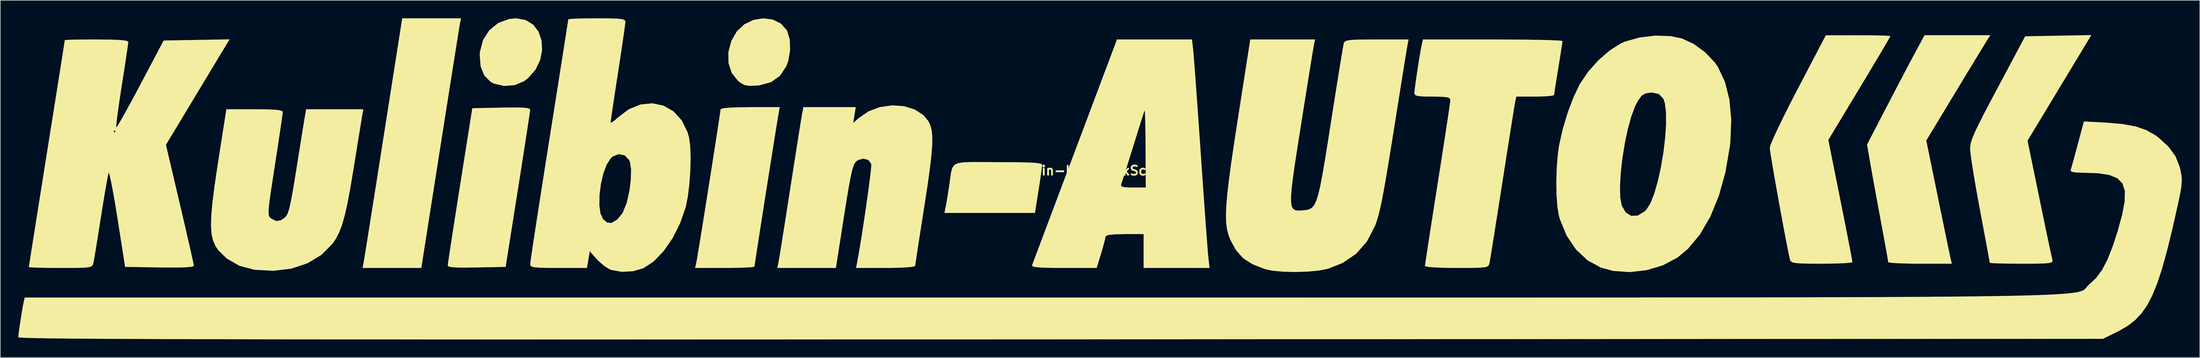
<source format=kicad_pcb>
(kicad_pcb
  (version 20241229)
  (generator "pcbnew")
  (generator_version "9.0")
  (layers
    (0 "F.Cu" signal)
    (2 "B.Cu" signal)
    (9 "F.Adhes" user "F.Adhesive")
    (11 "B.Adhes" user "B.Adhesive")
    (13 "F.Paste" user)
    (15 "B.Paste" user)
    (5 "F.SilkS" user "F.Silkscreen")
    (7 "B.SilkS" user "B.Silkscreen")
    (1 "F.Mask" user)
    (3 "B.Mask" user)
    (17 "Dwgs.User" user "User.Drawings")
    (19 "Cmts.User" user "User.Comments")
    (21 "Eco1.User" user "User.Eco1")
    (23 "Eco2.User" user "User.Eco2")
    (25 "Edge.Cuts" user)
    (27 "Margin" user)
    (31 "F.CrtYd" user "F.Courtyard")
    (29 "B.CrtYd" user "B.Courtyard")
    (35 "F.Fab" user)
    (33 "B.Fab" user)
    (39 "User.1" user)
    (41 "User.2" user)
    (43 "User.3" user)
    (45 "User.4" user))
  (footprint "Kulibin-Logo_SilkScreen_2"
    (layer "F.Cu")
    (at 180.272 25.405)
    (property "Reference" "Kulibin-Logo_SilkScreen_2" (at 0 0 0) (layer "F.SilkS") (effects (font (size 1.524 1.524) (thickness 0.3))))
    (attr through_hole)
    (fp_poly (pts (xy -95.641 -25.111) (xy -94.384 -24.322) (xy -93.501 -23.146) (xy -93.007 -21.697) (xy -92.917 -20.091) (xy -93.244 -18.441) (xy -94.004 -16.861) (xy -95.211 -15.467) (xy -95.928 -14.913) (xy -97.463 -14.265) (xy -99.211 -14.124) (xy -100.886 -14.495) (xy -101.475 -14.791) (xy -102.54 -15.841) (xy -103.164 -17.377) (xy -103.315 -19.313) (xy -103.281 -19.786) (xy -102.772 -21.763) (xy -101.721 -23.404) (xy -100.234 -24.613) (xy -98.414 -25.289) (xy -97.258 -25.4) (xy -95.641 -25.111)) (stroke (width 0.01) (type solid)) (fill yes) (layer "F.SilkS"))
    (fp_poly (pts (xy -106.633 -24.43) (xy -106.721 -23.909) (xy -106.907 -22.757) (xy -107.182 -21.039) (xy -107.535 -18.823) (xy -107.956 -16.173) (xy -108.433 -13.156) (xy -108.958 -9.837) (xy -109.518 -6.283) (xy -109.938 -3.616) (xy -113.06 16.228) (xy -122.849 16.228) (xy -122.663 15.258) (xy -122.575 14.737) (xy -122.388 13.584) (xy -122.112 11.867) (xy -121.759 9.65) (xy -121.339 7) (xy -120.861 3.983) (xy -120.337 0.664) (xy -119.777 -2.89) (xy -119.358 -5.556) (xy -116.24 -25.399) (xy -106.451 -25.4) (xy -106.633 -24.43)) (stroke (width 0.01) (type solid)) (fill yes) (layer "F.SilkS"))
    (fp_poly (pts (xy -54.473 -25.197) (xy -53.11 -24.54) (xy -52.108 -23.42) (xy -52.041 -23.295) (xy -51.618 -21.874) (xy -51.553 -20.138) (xy -51.839 -18.377) (xy -52.178 -17.428) (xy -53.243 -15.817) (xy -54.738 -14.755) (xy -56.688 -14.224) (xy -57.144 -14.18) (xy -58.365 -14.139) (xy -59.182 -14.285) (xy -59.891 -14.695) (xy -60.247 -14.982) (xy -61.288 -16.29) (xy -61.822 -17.937) (xy -61.847 -19.764) (xy -61.359 -21.614) (xy -60.435 -23.225) (xy -59.179 -24.405) (xy -57.663 -25.128) (xy -56.042 -25.393) (xy -54.473 -25.197)) (stroke (width 0.01) (type solid)) (fill yes) (layer "F.SilkS"))
    (fp_poly (pts (xy -19.464 -1.424) (xy -16.997 -1.411) (xy -16.927 -1.411) (xy -14.332 -1.401) (xy -12.374 -1.369) (xy -10.983 -1.311) (xy -10.091 -1.222) (xy -9.628 -1.098) (xy -9.521 -0.97) (xy -9.573 -0.457) (xy -9.714 0.588) (xy -9.923 2.002) (xy -10.119 3.263) (xy -10.72 7.056) (xy -25.809 7.056) (xy -25.613 6.085) (xy -25.459 5.241) (xy -25.249 3.98) (xy -25.038 2.646) (xy -24.853 1.299) (xy -24.707 0.285) (xy -24.508 -0.444) (xy -24.162 -0.933) (xy -23.578 -1.23) (xy -22.662 -1.379) (xy -21.321 -1.429) (xy -19.464 -1.424)) (stroke (width 0.01) (type solid)) (fill yes) (layer "F.SilkS"))
    (fp_poly (pts (xy -96.298 -10.51) (xy -95.423 -10.434) (xy -94.992 -10.298) (xy -94.907 -10.152) (xy -94.962 -9.712) (xy -95.117 -8.654) (xy -95.358 -7.061) (xy -95.673 -5.012) (xy -96.049 -2.588) (xy -96.475 0.131) (xy -96.938 3.065) (xy -96.956 3.175) (xy -98.996 16.051) (xy -103.826 16.15) (xy -105.848 16.176) (xy -107.253 16.154) (xy -108.128 16.079) (xy -108.56 15.943) (xy -108.645 15.797) (xy -108.589 15.356) (xy -108.434 14.299) (xy -108.193 12.706) (xy -107.877 10.657) (xy -107.5 8.232) (xy -107.074 5.513) (xy -106.611 2.579) (xy -106.594 2.469) (xy -104.553 -10.407) (xy -99.725 -10.505) (xy -97.703 -10.531) (xy -96.298 -10.51)) (stroke (width 0.01) (type solid)) (fill yes) (layer "F.SilkS"))
    (fp_poly (pts (xy -53.464 -9.613) (xy -53.572 -8.973) (xy -53.768 -7.769) (xy -54.037 -6.098) (xy -54.363 -4.054) (xy -54.732 -1.732) (xy -55.129 0.772) (xy -55.538 3.364) (xy -55.945 5.948) (xy -56.335 8.43) (xy -56.692 10.715) (xy -57.002 12.706) (xy -57.25 14.31) (xy -57.421 15.431) (xy -57.499 15.975) (xy -57.503 16.009) (xy -57.835 16.088) (xy -58.746 16.154) (xy -60.11 16.202) (xy -61.802 16.226) (xy -62.448 16.228) (xy -67.394 16.228) (xy -67.209 15.434) (xy -67.109 14.898) (xy -66.92 13.777) (xy -66.655 12.168) (xy -66.33 10.168) (xy -65.961 7.872) (xy -65.562 5.377) (xy -65.15 2.78) (xy -64.738 0.177) (xy -64.344 -2.336) (xy -63.981 -4.662) (xy -63.665 -6.705) (xy -63.411 -8.368) (xy -63.235 -9.556) (xy -63.152 -10.171) (xy -63.147 -10.228) (xy -62.805 -10.378) (xy -61.819 -10.49) (xy -60.251 -10.56) (xy -58.217 -10.583) (xy -53.287 -10.583) (xy -53.464 -9.613)) (stroke (width 0.01) (type solid)) (fill yes) (layer "F.SilkS"))
    (fp_poly (pts (xy 148.096 -21.784) (xy 147.782 -21.275) (xy 147.157 -20.252) (xy 146.275 -18.804) (xy 145.192 -17.02) (xy 143.96 -14.99) (xy 142.759 -13.007) (xy 137.927 -5.024) (xy 139.869 4.455) (xy 140.388 6.985) (xy 140.869 9.318) (xy 141.29 11.357) (xy 141.632 13.003) (xy 141.874 14.158) (xy 141.996 14.722) (xy 141.997 14.728) (xy 142.183 15.522) (xy 136.884 15.522) (xy 135.042 15.506) (xy 133.477 15.46) (xy 132.313 15.391) (xy 131.672 15.305) (xy 131.585 15.258) (xy 131.523 14.843) (xy 131.35 13.847) (xy 131.087 12.384) (xy 130.754 10.566) (xy 130.372 8.506) (xy 130.365 8.467) (xy 129.932 6.137) (xy 129.501 3.794) (xy 129.106 1.625) (xy 128.78 -0.182) (xy 128.6 -1.202) (xy 128.055 -4.345) (xy 131.278 -10.551) (xy 132.399 -12.702) (xy 133.53 -14.863) (xy 134.586 -16.87) (xy 135.481 -18.56) (xy 136.074 -19.667) (xy 137.647 -22.578) (xy 148.601 -22.578) (xy 148.096 -21.784)) (stroke (width 0.01) (type solid)) (fill yes) (layer "F.SilkS"))
    (fp_poly (pts (xy 154.816 -4.991) (xy 156.799 4.648) (xy 157.323 7.188) (xy 157.809 9.521) (xy 158.235 11.553) (xy 158.583 13.188) (xy 158.831 14.331) (xy 158.961 14.887) (xy 158.966 14.905) (xy 158.987 15.142) (xy 158.818 15.31) (xy 158.36 15.419) (xy 157.514 15.483) (xy 156.179 15.514) (xy 154.256 15.522) (xy 153.835 15.522) (xy 151.989 15.513) (xy 150.421 15.487) (xy 149.254 15.447) (xy 148.609 15.398) (xy 148.519 15.371) (xy 148.457 14.997) (xy 148.281 14.025) (xy 148.009 12.551) (xy 147.659 10.67) (xy 147.249 8.478) (xy 146.903 6.64) (xy 146.449 4.173) (xy 146.041 1.851) (xy 145.698 -0.209) (xy 145.439 -1.89) (xy 145.283 -3.074) (xy 145.246 -3.528) (xy 145.267 -4.066) (xy 145.381 -4.669) (xy 145.624 -5.417) (xy 146.031 -6.392) (xy 146.64 -7.673) (xy 147.486 -9.341) (xy 148.605 -11.477) (xy 149.817 -13.758) (xy 154.429 -22.401) (xy 159.94 -22.499) (xy 165.45 -22.596) (xy 154.816 -4.991)) (stroke (width 0.01) (type solid)) (fill yes) (layer "F.SilkS"))
    (fp_poly (pts (xy 128.417 -22.565) (xy 129.997 -22.54) (xy 131.178 -22.502) (xy 131.84 -22.453) (xy 131.939 -22.424) (xy 131.764 -22.094) (xy 131.269 -21.239) (xy 130.501 -19.935) (xy 129.506 -18.26) (xy 128.328 -16.292) (xy 127.016 -14.108) (xy 126.765 -13.693) (xy 121.592 -5.115) (xy 123.608 4.939) (xy 124.122 7.512) (xy 124.586 9.859) (xy 124.983 11.892) (xy 125.297 13.523) (xy 125.51 14.662) (xy 125.604 15.22) (xy 125.607 15.258) (xy 125.268 15.351) (xy 124.349 15.431) (xy 122.974 15.489) (xy 121.268 15.519) (xy 120.497 15.522) (xy 118.488 15.514) (xy 117.075 15.482) (xy 116.15 15.412) (xy 115.603 15.292) (xy 115.325 15.109) (xy 115.222 14.905) (xy 115.067 14.248) (xy 114.819 13.037) (xy 114.497 11.387) (xy 114.125 9.416) (xy 113.722 7.242) (xy 113.31 4.98) (xy 112.911 2.749) (xy 112.544 0.666) (xy 112.233 -1.154) (xy 111.997 -2.592) (xy 111.859 -3.532) (xy 111.831 -3.823) (xy 111.99 -4.36) (xy 112.441 -5.43) (xy 113.141 -6.945) (xy 114.047 -8.817) (xy 115.119 -10.957) (xy 116.313 -13.276) (xy 116.505 -13.644) (xy 121.179 -22.567) (xy 126.559 -22.572) (xy 128.417 -22.565)) (stroke (width 0.01) (type solid)) (fill yes) (layer "F.SilkS"))
    (fp_poly (pts (xy -138.845 -10.213) (xy -137.445 -10.154) (xy -136.593 -10.048) (xy -136.21 -9.886) (xy -136.169 -9.79) (xy -136.22 -9.33) (xy -136.366 -8.275) (xy -136.592 -6.726) (xy -136.883 -4.785) (xy -137.223 -2.554) (xy -137.474 -0.929) (xy -137.882 1.708) (xy -138.186 3.734) (xy -138.392 5.236) (xy -138.507 6.302) (xy -138.537 7.017) (xy -138.489 7.469) (xy -138.367 7.745) (xy -138.18 7.93) (xy -138.115 7.979) (xy -137.257 8.416) (xy -136.471 8.279) (xy -135.838 7.847) (xy -135.568 7.557) (xy -135.327 7.097) (xy -135.092 6.375) (xy -134.842 5.302) (xy -134.554 3.785) (xy -134.207 1.734) (xy -133.872 -0.355) (xy -133.506 -2.658) (xy -133.166 -4.788) (xy -132.87 -6.624) (xy -132.639 -8.045) (xy -132.492 -8.931) (xy -132.466 -9.084) (xy -132.26 -10.231) (xy -122.735 -10.231) (xy -122.933 -9.084) (xy -123.047 -8.404) (xy -123.253 -7.146) (xy -123.532 -5.432) (xy -123.865 -3.381) (xy -124.231 -1.112) (xy -124.373 -0.237) (xy -124.895 2.884) (xy -125.365 5.399) (xy -125.811 7.403) (xy -126.259 8.991) (xy -126.737 10.258) (xy -127.27 11.298) (xy -127.886 12.208) (xy -127.892 12.216) (xy -129.739 14.069) (xy -132.054 15.455) (xy -134.751 16.344) (xy -137.748 16.708) (xy -140.879 16.532) (xy -143.403 15.868) (xy -145.522 14.648) (xy -146.89 13.297) (xy -147.414 12.528) (xy -147.795 11.647) (xy -148.034 10.576) (xy -148.132 9.236) (xy -148.088 7.547) (xy -147.902 5.43) (xy -147.574 2.808) (xy -147.105 -0.4) (xy -146.911 -1.652) (xy -145.569 -10.231) (xy -140.87 -10.231) (xy -138.845 -10.213)) (stroke (width 0.01) (type solid)) (fill yes) (layer "F.SilkS"))
    (fp_poly (pts (xy -32.563 -10.746) (xy -30.761 -10.191) (xy -29.286 -9.224) (xy -28.451 -8.182) (xy -28.143 -7.509) (xy -27.938 -6.689) (xy -27.84 -5.645) (xy -27.854 -4.304) (xy -27.984 -2.589) (xy -28.233 -0.425) (xy -28.606 2.263) (xy -29.106 5.549) (xy -29.25 6.46) (xy -29.637 8.919) (xy -29.985 11.151) (xy -30.279 13.061) (xy -30.505 14.553) (xy -30.647 15.532) (xy -30.692 15.897) (xy -31.026 16.022) (xy -31.958 16.124) (xy -33.377 16.195) (xy -35.177 16.227) (xy -35.622 16.228) (xy -40.552 16.228) (xy -40.362 15.258) (xy -40.101 13.828) (xy -39.8 12.034) (xy -39.476 9.994) (xy -39.147 7.83) (xy -38.83 5.658) (xy -38.541 3.6) (xy -38.298 1.773) (xy -38.119 0.297) (xy -38.019 -0.708) (xy -38.012 -1.111) (xy -38.497 -1.77) (xy -39.339 -2) (xy -40.188 -1.779) (xy -40.487 -1.58) (xy -40.745 -1.277) (xy -40.979 -0.792) (xy -41.211 -0.044) (xy -41.459 1.045) (xy -41.744 2.558) (xy -42.083 4.572) (xy -42.498 7.168) (xy -42.716 8.555) (xy -43.916 16.228) (xy -53.678 16.228) (xy -53.48 15.258) (xy -53.38 14.682) (xy -53.185 13.499) (xy -52.912 11.801) (xy -52.575 9.678) (xy -52.187 7.221) (xy -51.765 4.521) (xy -51.5 2.822) (xy -51.063 0.02) (xy -50.653 -2.594) (xy -50.285 -4.928) (xy -49.972 -6.892) (xy -49.73 -8.394) (xy -49.573 -9.345) (xy -49.525 -9.613) (xy -49.333 -10.583) (xy -40.614 -10.583) (xy -40.818 -9.26) (xy -41.022 -7.937) (xy -40.179 -8.709) (xy -38.498 -9.87) (xy -36.574 -10.592) (xy -34.548 -10.882) (xy -32.563 -10.746)) (stroke (width 0.01) (type solid)) (fill yes) (layer "F.SilkS"))
    (fp_poly (pts (xy 15.676 -20.02) (xy 15.743 -19.278) (xy 15.852 -17.916) (xy 15.996 -16.016) (xy 16.169 -13.662) (xy 16.365 -10.937) (xy 16.578 -7.925) (xy 16.802 -4.709) (xy 16.931 -2.822) (xy 17.159 0.473) (xy 17.379 3.611) (xy 17.585 6.509) (xy 17.772 9.084) (xy 17.934 11.252) (xy 18.063 12.93) (xy 18.155 14.035) (xy 18.188 14.376) (xy 18.395 16.228) (xy 7.408 16.228) (xy 7.408 10.583) (xy 4.233 10.583) (xy 2.53 10.625) (xy 1.462 10.749) (xy 1.061 10.95) (xy 1.058 10.97) (xy 0.961 11.479) (xy 0.706 12.458) (xy 0.346 13.699) (xy 0.318 13.792) (xy -0.421 16.228) (xy -5.893 16.228) (xy -8.054 16.215) (xy -9.588 16.173) (xy -10.573 16.094) (xy -11.086 15.972) (xy -11.204 15.802) (xy -11.2 15.787) (xy -11.048 15.383) (xy -10.671 14.38) (xy -10.091 12.838) (xy -9.332 10.817) (xy -8.415 8.38) (xy -7.364 5.585) (xy -6.202 2.495) (xy -6.138 2.325) (xy 3.643 2.325) (xy 3.678 2.606) (xy 4.134 2.761) (xy 5.133 2.819) (xy 5.607 2.822) (xy 7.761 2.822) (xy 7.733 -3.792) (xy 7.718 -5.836) (xy 7.691 -7.586) (xy 7.655 -8.941) (xy 7.614 -9.799) (xy 7.569 -10.06) (xy 7.567 -10.054) (xy 7.42 -9.615) (xy 7.102 -8.62) (xy 6.649 -7.188) (xy 6.099 -5.436) (xy 5.631 -3.937) (xy 5.027 -2.005) (xy 4.486 -0.289) (xy 4.048 1.089) (xy 3.751 2.009) (xy 3.643 2.325) (xy -6.138 2.325) (xy -4.952 -0.83) (xy -4.037 -3.263) (xy 2.961 -21.872) (xy 15.471 -21.872) (xy 15.676 -20.02)) (stroke (width 0.01) (type solid)) (fill yes) (layer "F.SilkS"))
    (fp_poly (pts (xy 95.269 -22.43) (xy 97.165 -22.041) (xy 99.139 -21.129) (xy 101.051 -19.73) (xy 102.656 -18.039) (xy 103.162 -17.316) (xy 104.343 -14.823) (xy 105.093 -11.847) (xy 105.401 -8.474) (xy 105.253 -4.79) (xy 105.169 -4.041) (xy 104.433 0.266) (xy 103.34 4.185) (xy 101.919 7.657) (xy 100.197 10.623) (xy 98.203 13.026) (xy 96.443 14.493) (xy 94.023 15.781) (xy 91.297 16.599) (xy 88.456 16.921) (xy 85.69 16.722) (xy 83.642 16.165) (xy 81.425 14.945) (xy 79.506 13.141) (xy 77.952 10.836) (xy 76.83 8.113) (xy 76.68 7.585) (xy 76.422 6.1) (xy 76.274 4.124) (xy 76.248 2.609) (xy 86.847 2.609) (xy 86.891 4.456) (xy 87.124 5.784) (xy 87.125 5.787) (xy 87.789 6.971) (xy 88.728 7.547) (xy 89.825 7.495) (xy 90.967 6.796) (xy 91.269 6.493) (xy 91.941 5.42) (xy 92.582 3.793) (xy 93.167 1.754) (xy 93.677 -0.557) (xy 94.09 -2.998) (xy 94.384 -5.429) (xy 94.538 -7.709) (xy 94.529 -9.696) (xy 94.338 -11.251) (xy 94.089 -11.994) (xy 93.33 -12.781) (xy 92.151 -13.036) (xy 91.132 -12.892) (xy 90.45 -12.49) (xy 89.791 -11.571) (xy 89.375 -10.74) (xy 88.726 -9.016) (xy 88.141 -6.886) (xy 87.639 -4.504) (xy 87.242 -2.025) (xy 86.971 0.398) (xy 86.847 2.609) (xy 76.248 2.609) (xy 76.235 1.861) (xy 76.305 -0.483) (xy 76.483 -2.704) (xy 76.7 -4.233) (xy 77.303 -6.918) (xy 78.134 -9.676) (xy 79.106 -12.251) (xy 80.132 -14.388) (xy 80.175 -14.464) (xy 81.567 -16.518) (xy 83.284 -18.435) (xy 85.16 -20.057) (xy 87.026 -21.228) (xy 87.665 -21.509) (xy 90.117 -22.198) (xy 92.737 -22.51) (xy 95.269 -22.43)) (stroke (width 0.01) (type solid)) (fill yes) (layer "F.SilkS"))
    (fp_poly (pts (xy 68.408 -21.865) (xy 70.954 -21.843) (xy 73.179 -21.808) (xy 75 -21.764) (xy 76.335 -21.711) (xy 77.103 -21.651) (xy 77.258 -21.608) (xy 77.204 -21.175) (xy 77.055 -20.192) (xy 76.836 -18.803) (xy 76.567 -17.152) (xy 76.56 -17.11) (xy 76.29 -15.455) (xy 76.067 -14.057) (xy 75.914 -13.062) (xy 75.855 -12.615) (xy 75.855 -12.612) (xy 75.525 -12.495) (xy 74.648 -12.404) (xy 73.383 -12.354) (xy 72.7 -12.347) (xy 69.553 -12.347) (xy 69.355 -11.377) (xy 69.255 -10.811) (xy 69.062 -9.634) (xy 68.788 -7.931) (xy 68.448 -5.79) (xy 68.054 -3.296) (xy 67.621 -0.536) (xy 67.208 2.117) (xy 66.752 5.035) (xy 66.324 7.756) (xy 65.938 10.196) (xy 65.606 12.27) (xy 65.343 13.892) (xy 65.161 14.98) (xy 65.079 15.434) (xy 64.985 15.739) (xy 64.794 15.954) (xy 64.396 16.094) (xy 63.683 16.176) (xy 62.546 16.215) (xy 60.875 16.227) (xy 59.613 16.228) (xy 57.641 16.207) (xy 56.043 16.147) (xy 54.919 16.056) (xy 54.367 15.939) (xy 54.328 15.895) (xy 54.381 15.483) (xy 54.533 14.453) (xy 54.772 12.88) (xy 55.086 10.845) (xy 55.463 8.423) (xy 55.89 5.694) (xy 56.356 2.734) (xy 56.444 2.175) (xy 56.917 -0.83) (xy 57.353 -3.629) (xy 57.74 -6.142) (xy 58.067 -8.29) (xy 58.32 -9.994) (xy 58.488 -11.173) (xy 58.56 -11.748) (xy 58.561 -11.78) (xy 58.457 -12.061) (xy 58.057 -12.232) (xy 57.233 -12.319) (xy 55.855 -12.347) (xy 55.562 -12.347) (xy 54.093 -12.364) (xy 53.195 -12.433) (xy 52.733 -12.581) (xy 52.574 -12.837) (xy 52.565 -12.965) (xy 52.621 -13.572) (xy 52.766 -14.685) (xy 52.972 -16.111) (xy 53.21 -17.661) (xy 53.45 -19.143) (xy 53.663 -20.368) (xy 53.805 -21.078) (xy 53.988 -21.872) (xy 65.623 -21.872) (xy 68.408 -21.865)) (stroke (width 0.01) (type solid)) (fill yes) (layer "F.SilkS"))
    (fp_poly (pts (xy 35.825 -21.078) (xy 35.731 -20.555) (xy 35.542 -19.42) (xy 35.269 -17.755) (xy 34.928 -15.646) (xy 34.532 -13.176) (xy 34.094 -10.43) (xy 33.653 -7.654) (xy 33.093 -4.102) (xy 32.645 -1.186) (xy 32.31 1.157) (xy 32.089 2.988) (xy 31.984 4.369) (xy 31.996 5.361) (xy 32.125 6.025) (xy 32.374 6.423) (xy 32.742 6.618) (xy 33.232 6.67) (xy 33.845 6.64) (xy 33.921 6.635) (xy 34.529 6.574) (xy 35.039 6.449) (xy 35.473 6.194) (xy 35.851 5.748) (xy 36.193 5.046) (xy 36.521 4.025) (xy 36.854 2.622) (xy 37.213 0.772) (xy 37.618 -1.586) (xy 38.091 -4.518) (xy 38.628 -7.937) (xy 39.088 -10.867) (xy 39.52 -13.592) (xy 39.911 -16.029) (xy 40.247 -18.097) (xy 40.515 -19.713) (xy 40.701 -20.794) (xy 40.791 -21.255) (xy 40.925 -21.494) (xy 41.234 -21.662) (xy 41.828 -21.773) (xy 42.811 -21.836) (xy 44.29 -21.865) (xy 46.277 -21.872) (xy 51.584 -21.872) (xy 51.371 -20.726) (xy 51.265 -20.103) (xy 51.064 -18.877) (xy 50.783 -17.142) (xy 50.437 -14.99) (xy 50.042 -12.515) (xy 49.611 -9.812) (xy 49.374 -8.318) (xy 48.775 -4.557) (xy 48.266 -1.423) (xy 47.833 1.156) (xy 47.463 3.254) (xy 47.142 4.94) (xy 46.856 6.287) (xy 46.591 7.368) (xy 46.334 8.253) (xy 46.07 9.014) (xy 45.99 9.22) (xy 44.649 11.808) (xy 42.852 13.864) (xy 40.573 15.41) (xy 38.124 16.373) (xy 36.654 16.663) (xy 34.764 16.841) (xy 32.682 16.905) (xy 30.636 16.853) (xy 28.856 16.685) (xy 27.693 16.44) (xy 25.569 15.613) (xy 23.989 14.594) (xy 22.794 13.247) (xy 21.858 11.516) (xy 21.544 10.694) (xy 21.317 9.789) (xy 21.179 8.734) (xy 21.136 7.462) (xy 21.192 5.905) (xy 21.352 3.995) (xy 21.619 1.664) (xy 21.997 -1.155) (xy 22.492 -4.53) (xy 23.107 -8.529) (xy 23.139 -8.731) (xy 25.194 -21.872) (xy 35.997 -21.872) (xy 35.825 -21.078)) (stroke (width 0.01) (type solid)) (fill yes) (layer "F.SilkS"))
    (fp_poly (pts (xy -150.348 -13.095) (xy -155.651 -4.301) (xy -153.32 5.614) (xy -152.723 8.166) (xy -152.183 10.498) (xy -151.719 12.523) (xy -151.353 14.149) (xy -151.104 15.288) (xy -150.993 15.85) (xy -150.989 15.888) (xy -151.336 16.03) (xy -152.357 16.123) (xy -154.023 16.165) (xy -156.303 16.155) (xy -156.722 16.148) (xy -162.454 16.051) (xy -163.729 7.938) (xy -164.096 5.679) (xy -164.439 3.707) (xy -164.74 2.109) (xy -164.984 0.975) (xy -165.151 0.394) (xy -165.211 0.353) (xy -165.327 0.853) (xy -165.53 1.934) (xy -165.799 3.481) (xy -166.114 5.376) (xy -166.455 7.504) (xy -166.495 7.761) (xy -166.838 9.931) (xy -167.154 11.902) (xy -167.425 13.553) (xy -167.629 14.762) (xy -167.748 15.407) (xy -167.754 15.434) (xy -167.848 15.739) (xy -168.039 15.954) (xy -168.437 16.094) (xy -169.15 16.176) (xy -170.288 16.215) (xy -171.958 16.227) (xy -173.221 16.228) (xy -175.061 16.219) (xy -176.622 16.194) (xy -177.783 16.158) (xy -178.421 16.112) (xy -178.506 16.086) (xy -178.452 15.721) (xy -178.297 14.724) (xy -178.051 13.158) (xy -177.724 11.087) (xy -177.326 8.576) (xy -176.868 5.689) (xy -176.36 2.49) (xy -175.811 -0.957) (xy -175.507 -2.864) (xy -174.941 -6.415) (xy -174.923 -6.526) (xy -164.394 -6.526) (xy -164.218 -6.35) (xy -164.042 -6.526) (xy -164.218 -6.703) (xy -164.394 -6.526) (xy -174.923 -6.526) (xy -174.41 -9.75) (xy -173.924 -12.807) (xy -173.493 -15.52) (xy -173.128 -17.827) (xy -172.837 -19.662) (xy -172.633 -20.963) (xy -172.524 -21.665) (xy -172.508 -21.772) (xy -172.176 -21.807) (xy -171.26 -21.837) (xy -169.882 -21.859) (xy -168.165 -21.871) (xy -167.217 -21.872) (xy -164.912 -21.85) (xy -163.283 -21.783) (xy -162.298 -21.668) (xy -161.929 -21.504) (xy -161.925 -21.481) (xy -161.978 -21.025) (xy -162.126 -19.986) (xy -162.351 -18.477) (xy -162.637 -16.61) (xy -162.968 -14.499) (xy -163.012 -14.219) (xy -163.338 -12.104) (xy -163.608 -10.237) (xy -163.809 -8.726) (xy -163.926 -7.678) (xy -163.945 -7.203) (xy -163.938 -7.187) (xy -163.736 -7.439) (xy -163.256 -8.233) (xy -162.544 -9.484) (xy -161.648 -11.11) (xy -160.615 -13.025) (xy -159.905 -14.361) (xy -156.031 -21.696) (xy -150.538 -21.793) (xy -145.045 -21.89) (xy -150.348 -13.095)) (stroke (width 0.01) (type solid)) (fill yes) (layer "F.SilkS"))
    (fp_poly (pts (xy -81.845 -25.39) (xy -80.506 -25.352) (xy -79.661 -25.273) (xy -79.206 -25.142) (xy -79.035 -24.946) (xy -79.022 -24.844) (xy -79.075 -24.346) (xy -79.221 -23.259) (xy -79.447 -21.689) (xy -79.736 -19.742) (xy -80.072 -17.527) (xy -80.257 -16.33) (xy -80.611 -14.033) (xy -80.925 -11.966) (xy -81.185 -10.231) (xy -81.374 -8.932) (xy -81.477 -8.173) (xy -81.492 -8.025) (xy -81.274 -8.032) (xy -80.721 -8.447) (xy -80.383 -8.761) (xy -78.488 -10.213) (xy -76.508 -11.025) (xy -74.537 -11.223) (xy -72.671 -10.833) (xy -71.005 -9.88) (xy -69.634 -8.388) (xy -68.653 -6.384) (xy -68.423 -5.578) (xy -68.22 -4.136) (xy -68.148 -2.214) (xy -68.196 -0.021) (xy -68.354 2.23) (xy -68.613 4.33) (xy -68.962 6.068) (xy -68.984 6.151) (xy -69.914 8.816) (xy -71.166 11.284) (xy -72.651 13.43) (xy -74.282 15.127) (xy -75.972 16.25) (xy -76.024 16.273) (xy -77.746 16.776) (xy -79.629 16.878) (xy -81.346 16.568) (xy -81.675 16.442) (xy -82.573 15.882) (xy -83.548 15.034) (xy -83.852 14.711) (xy -84.964 13.444) (xy -85.434 16.228) (xy -90.166 16.228) (xy -92.08 16.22) (xy -93.397 16.188) (xy -94.229 16.116) (xy -94.682 15.991) (xy -94.868 15.796) (xy -94.897 15.597) (xy -94.843 15.141) (xy -94.688 14.052) (xy -94.441 12.395) (xy -94.112 10.233) (xy -93.711 7.632) (xy -93.418 5.744) (xy -83.371 5.744) (xy -83.184 7.148) (xy -82.756 8.081) (xy -82.742 8.097) (xy -82.027 8.691) (xy -81.329 8.722) (xy -80.436 8.191) (xy -80.331 8.109) (xy -79.481 7.051) (xy -78.8 5.392) (xy -78.319 3.223) (xy -78.128 1.587) (xy -78.069 -0.168) (xy -78.233 -1.36) (xy -78.395 -1.764) (xy -79.142 -2.548) (xy -80.119 -2.755) (xy -81.123 -2.367) (xy -81.473 -2.056) (xy -82.155 -0.989) (xy -82.709 0.504) (xy -83.111 2.243) (xy -83.339 4.05) (xy -83.371 5.744) (xy -93.418 5.744) (xy -93.248 4.654) (xy -92.733 1.365) (xy -92.176 -2.172) (xy -91.722 -5.037) (xy -91.141 -8.705) (xy -90.593 -12.162) (xy -90.09 -15.345) (xy -89.641 -18.192) (xy -89.256 -20.642) (xy -88.944 -22.631) (xy -88.716 -24.097) (xy -88.581 -24.979) (xy -88.547 -25.22) (xy -88.216 -25.286) (xy -87.308 -25.341) (xy -85.951 -25.38) (xy -84.274 -25.399) (xy -83.785 -25.4) (xy -81.845 -25.39)) (stroke (width 0.01) (type solid)) (fill yes) (layer "F.SilkS"))
    (fp_poly (pts (xy 167.922 -8) (xy 170.658 -7.764) (xy 172.842 -7.363) (xy 174.621 -6.754) (xy 176.136 -5.895) (xy 176.705 -5.47) (xy 178.376 -3.935) (xy 179.494 -2.384) (xy 180.188 -0.625) (xy 180.312 -0.122) (xy 180.492 0.843) (xy 180.543 1.741) (xy 180.453 2.776) (xy 180.209 4.152) (xy 179.948 5.385) (xy 179 9.603) (xy 178.125 13.187) (xy 177.295 16.201) (xy 176.478 18.709) (xy 175.645 20.773) (xy 174.765 22.458) (xy 173.808 23.827) (xy 172.744 24.945) (xy 171.542 25.874) (xy 170.172 26.679) (xy 169.744 26.896) (xy 167.408 28.046) (xy -6.431 28.136) (xy -20.083 28.143) (xy -33.046 28.148) (xy -45.335 28.153) (xy -56.966 28.157) (xy -67.954 28.159) (xy -78.316 28.161) (xy -88.068 28.161) (xy -97.225 28.16) (xy -105.803 28.158) (xy -113.818 28.155) (xy -121.286 28.15) (xy -128.222 28.144) (xy -134.643 28.137) (xy -140.564 28.129) (xy -146.001 28.119) (xy -150.971 28.107) (xy -155.488 28.094) (xy -159.568 28.08) (xy -163.228 28.064) (xy -166.484 28.046) (xy -169.351 28.027) (xy -171.844 28.006) (xy -173.98 27.984) (xy -175.775 27.96) (xy -177.245 27.934) (xy -178.405 27.906) (xy -179.271 27.877) (xy -179.859 27.845) (xy -180.184 27.812) (xy -180.267 27.783) (xy -180.21 27.182) (xy -180.067 26.115) (xy -179.873 24.812) (xy -179.662 23.503) (xy -179.47 22.416) (xy -179.378 21.96) (xy -179.198 21.167) (xy -9.582 21.167) (xy 3.591 21.167) (xy 16.078 21.168) (xy 27.896 21.169) (xy 39.065 21.17) (xy 49.602 21.17) (xy 59.526 21.171) (xy 68.856 21.17) (xy 77.61 21.169) (xy 85.808 21.166) (xy 93.466 21.162) (xy 100.605 21.156) (xy 107.243 21.149) (xy 113.397 21.139) (xy 119.087 21.127) (xy 124.332 21.112) (xy 129.149 21.095) (xy 133.557 21.074) (xy 137.576 21.05) (xy 141.223 21.023) (xy 144.517 20.992) (xy 147.476 20.957) (xy 150.12 20.917) (xy 152.467 20.873) (xy 154.534 20.824) (xy 156.342 20.771) (xy 157.908 20.712) (xy 159.251 20.648) (xy 160.389 20.578) (xy 161.341 20.502) (xy 162.126 20.42) (xy 162.762 20.332) (xy 163.268 20.237) (xy 163.662 20.136) (xy 163.963 20.027) (xy 164.19 19.911) (xy 164.36 19.787) (xy 164.493 19.656) (xy 164.607 19.517) (xy 164.72 19.369) (xy 164.852 19.213) (xy 165.02 19.048) (xy 165.137 18.953) (xy 166.27 17.897) (xy 167.267 16.537) (xy 168.184 14.769) (xy 169.076 12.49) (xy 169.84 10.122) (xy 170.608 7.335) (xy 171.023 5.118) (xy 171.051 3.409) (xy 170.656 2.147) (xy 169.804 1.271) (xy 168.46 0.722) (xy 166.591 0.437) (xy 164.269 0.357) (xy 162.928 0.318) (xy 162.2 0.194) (xy 161.998 -0.031) (xy 162.011 -0.088) (xy 162.163 -0.592) (xy 162.452 -1.62) (xy 162.833 -3.015) (xy 163.196 -4.365) (xy 164.218 -8.202) (xy 167.922 -8)) (stroke (width 0.01) (type solid)) (fill yes) (layer "F.SilkS")))
  (gr_rect
    (start -3 -3)
    (end 363.82 56.571)
    (stroke (width 0.1) (type default))
    (fill no)
    (layer "Edge.Cuts")))
</source>
